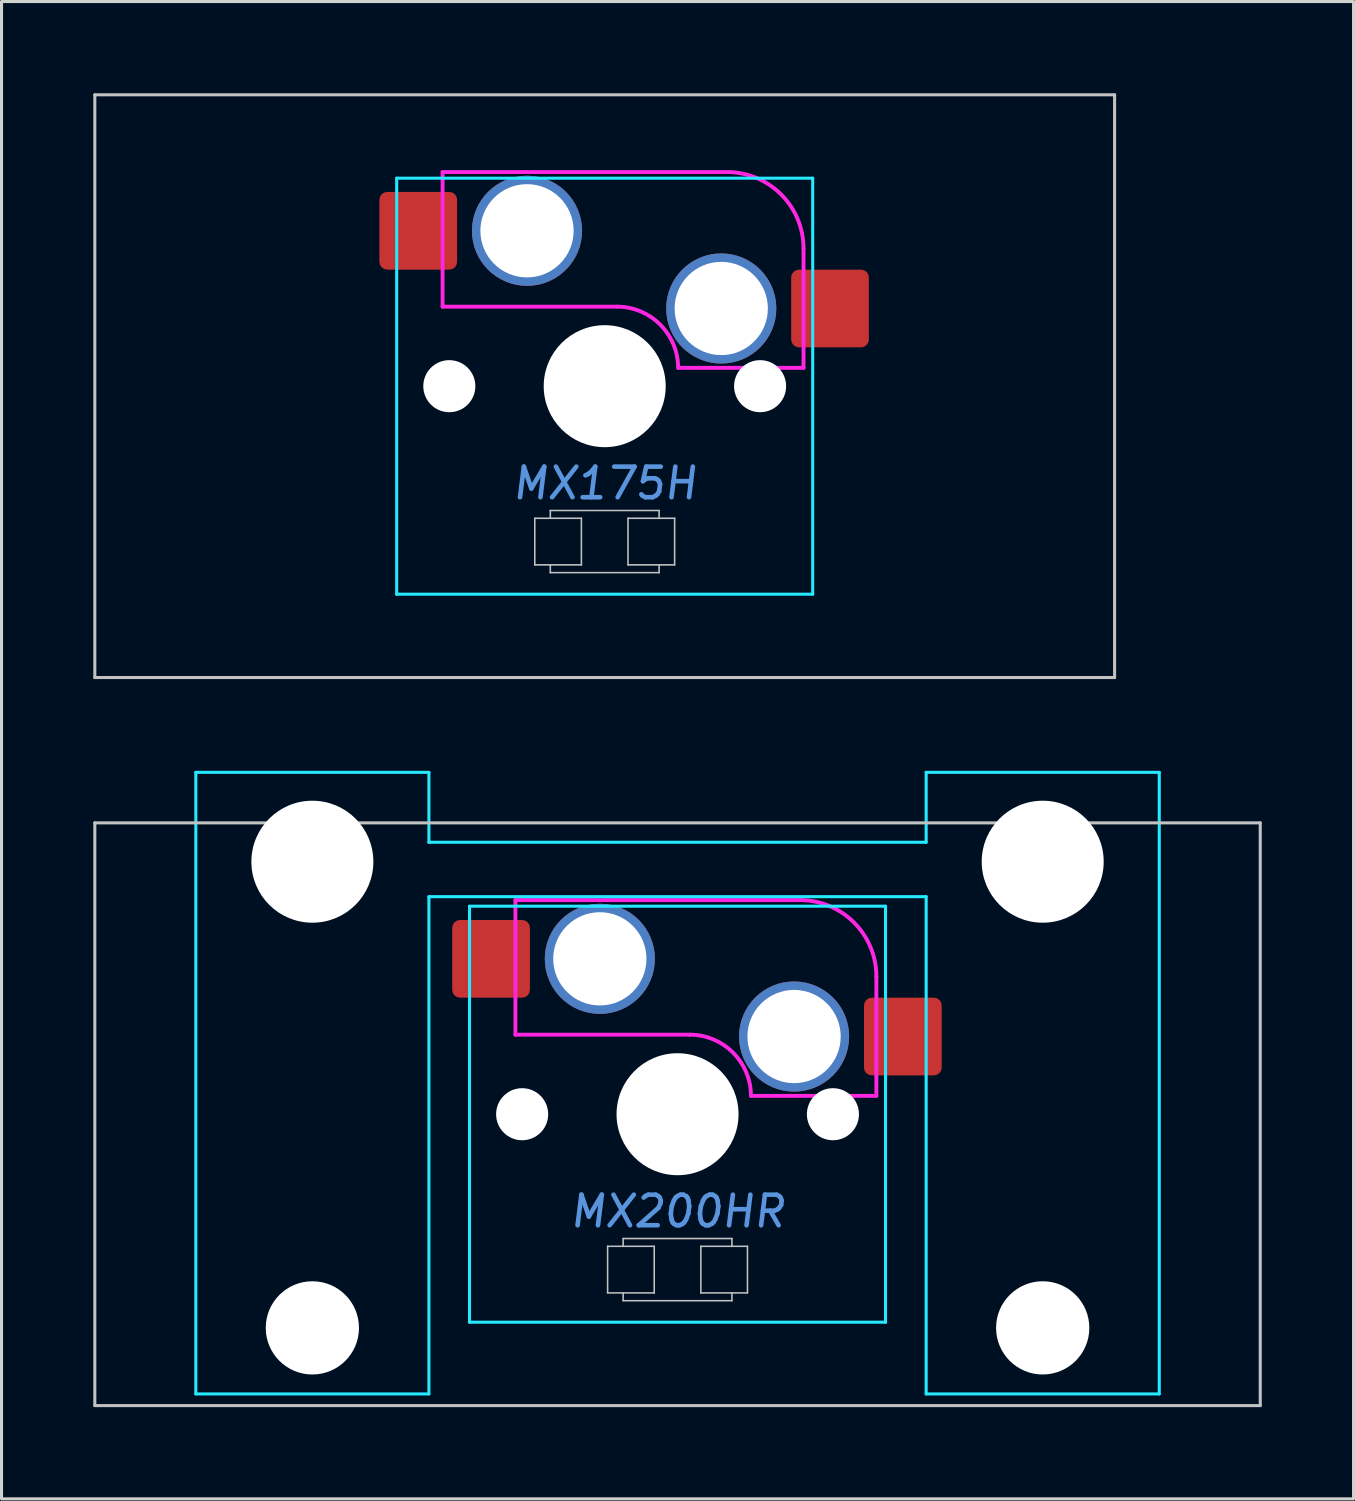
<source format=kicad_pcb>
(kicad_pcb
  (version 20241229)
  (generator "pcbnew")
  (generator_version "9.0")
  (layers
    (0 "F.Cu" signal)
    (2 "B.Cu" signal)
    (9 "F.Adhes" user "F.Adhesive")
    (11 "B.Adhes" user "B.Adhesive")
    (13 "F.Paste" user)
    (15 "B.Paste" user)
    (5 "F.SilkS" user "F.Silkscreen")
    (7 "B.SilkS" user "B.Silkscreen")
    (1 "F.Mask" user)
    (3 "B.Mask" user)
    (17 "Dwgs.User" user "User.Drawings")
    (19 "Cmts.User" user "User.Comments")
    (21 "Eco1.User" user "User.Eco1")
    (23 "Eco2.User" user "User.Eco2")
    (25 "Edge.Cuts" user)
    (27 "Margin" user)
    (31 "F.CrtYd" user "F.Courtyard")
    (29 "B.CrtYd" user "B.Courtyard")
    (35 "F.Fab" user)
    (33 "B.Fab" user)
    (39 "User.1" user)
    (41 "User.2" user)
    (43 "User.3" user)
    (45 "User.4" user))
  (footprint "MX200HR"
    (layer "F.Cu")
    (at 19.1 33.376)
    (property "Reference" "MX200HR" (at 0 3.175 0) (layer "Cmts.User") (effects (font (size 1 1) (thickness 0.15) (italic yes))))
    (attr smd)
    (fp_line (start -19.05 -9.525) (end -19.05 9.525) (stroke (width 0.1) (type solid)) (layer "Dwgs.User"))
    (fp_line (start -19.05 -9.525) (end 19.05 -9.525) (stroke (width 0.1) (type solid)) (layer "Dwgs.User"))
    (fp_line (start -19.05 9.525) (end 19.05 9.525) (stroke (width 0.1) (type solid)) (layer "Dwgs.User"))
    (fp_line (start -2.286 4.318) (end -0.762 4.318) (stroke (width 0.051) (type solid)) (layer "Dwgs.User"))
    (fp_line (start -2.286 5.842) (end -2.286 4.318) (stroke (width 0.051) (type solid)) (layer "Dwgs.User"))
    (fp_line (start -1.778 4.064) (end 1.778 4.064) (stroke (width 0.051) (type solid)) (layer "Dwgs.User"))
    (fp_line (start -1.778 4.318) (end -1.778 4.064) (stroke (width 0.051) (type solid)) (layer "Dwgs.User"))
    (fp_line (start -1.778 6.096) (end -1.778 5.842) (stroke (width 0.051) (type solid)) (layer "Dwgs.User"))
    (fp_line (start -0.762 4.318) (end -0.762 5.842) (stroke (width 0.051) (type solid)) (layer "Dwgs.User"))
    (fp_line (start -0.762 5.842) (end -2.286 5.842) (stroke (width 0.051) (type solid)) (layer "Dwgs.User"))
    (fp_line (start 0.762 4.318) (end 2.286 4.318) (stroke (width 0.051) (type solid)) (layer "Dwgs.User"))
    (fp_line (start 0.762 5.842) (end 0.762 4.318) (stroke (width 0.051) (type solid)) (layer "Dwgs.User"))
    (fp_line (start 1.778 4.064) (end 1.778 4.318) (stroke (width 0.051) (type solid)) (layer "Dwgs.User"))
    (fp_line (start 1.778 5.842) (end 1.778 6.096) (stroke (width 0.051) (type solid)) (layer "Dwgs.User"))
    (fp_line (start 1.778 6.096) (end -1.778 6.096) (stroke (width 0.051) (type solid)) (layer "Dwgs.User"))
    (fp_line (start 2.286 4.318) (end 2.286 5.842) (stroke (width 0.051) (type solid)) (layer "Dwgs.User"))
    (fp_line (start 2.286 5.842) (end 0.762 5.842) (stroke (width 0.051) (type solid)) (layer "Dwgs.User"))
    (fp_line (start 19.05 -9.525) (end 19.05 9.525) (stroke (width 0.1) (type solid)) (layer "Dwgs.User"))
    (fp_line (start -15.438 -8.515) (end -15.438 5.485) (stroke (width 0.1) (type solid)) (layer "Eco1.User"))
    (fp_line (start -14.938 -9.015) (end -8.938 -9.015) (stroke (width 0.1) (type solid)) (layer "Eco1.User"))
    (fp_line (start -8.938 5.985) (end -14.938 5.985) (stroke (width 0.1) (type solid)) (layer "Eco1.User"))
    (fp_line (start -8.438 5.485) (end -8.438 -8.515) (stroke (width 0.1) (type solid)) (layer "Eco1.User"))
    (fp_line (start -7 -6.5) (end -7 6.5) (stroke (width 0.1) (type solid)) (layer "Eco1.User"))
    (fp_line (start -6.5 7) (end 6.5 7) (stroke (width 0.1) (type solid)) (layer "Eco1.User"))
    (fp_line (start 6.5 -7) (end -6.5 -7) (stroke (width 0.1) (type solid)) (layer "Eco1.User"))
    (fp_line (start 7 6.5) (end 7 -6.5) (stroke (width 0.1) (type solid)) (layer "Eco1.User"))
    (fp_line (start 8.438 -8.515) (end 8.438 5.485) (stroke (width 0.1) (type solid)) (layer "Eco1.User"))
    (fp_line (start 8.938 -9.015) (end 14.938 -9.015) (stroke (width 0.1) (type solid)) (layer "Eco1.User"))
    (fp_line (start 14.938 5.985) (end 8.938 5.985) (stroke (width 0.1) (type solid)) (layer "Eco1.User"))
    (fp_line (start 15.438 5.485) (end 15.438 -8.515) (stroke (width 0.1) (type solid)) (layer "Eco1.User"))
    (fp_arc (start -15.438 -8.515) (mid -15.291553 -8.868553) (end -14.938 -9.015) (stroke (width 0.1) (type solid)) (layer "Eco1.User"))
    (fp_arc (start -14.938 5.985) (mid -15.291553 5.838553) (end -15.438 5.485) (stroke (width 0.1) (type solid)) (layer "Eco1.User"))
    (fp_arc (start -8.938 -9.015) (mid -8.584447 -8.868553) (end -8.438 -8.515) (stroke (width 0.1) (type solid)) (layer "Eco1.User"))
    (fp_arc (start -8.438 5.485) (mid -8.584447 5.838553) (end -8.938 5.985) (stroke (width 0.1) (type solid)) (layer "Eco1.User"))
    (fp_arc (start -7 -6.5) (mid -6.853553 -6.853553) (end -6.5 -7) (stroke (width 0.1) (type solid)) (layer "Eco1.User"))
    (fp_arc (start -6.5 7) (mid -6.853553 6.853553) (end -7 6.5) (stroke (width 0.1) (type solid)) (layer "Eco1.User"))
    (fp_arc (start 6.5 -7) (mid 6.853553 -6.853553) (end 7 -6.5) (stroke (width 0.1) (type solid)) (layer "Eco1.User"))
    (fp_arc (start 7 6.5) (mid 6.853553 6.853553) (end 6.5 7) (stroke (width 0.1) (type solid)) (layer "Eco1.User"))
    (fp_arc (start 8.438 -8.515) (mid 8.584447 -8.868553) (end 8.938 -9.015) (stroke (width 0.1) (type solid)) (layer "Eco1.User"))
    (fp_arc (start 8.938 5.985) (mid 8.584447 5.838553) (end 8.438 5.485) (stroke (width 0.1) (type solid)) (layer "Eco1.User"))
    (fp_arc (start 14.938 -9.015) (mid 15.291553 -8.868553) (end 15.438 -8.515) (stroke (width 0.1) (type solid)) (layer "Eco1.User"))
    (fp_arc (start 15.438 5.485) (mid 15.291553 5.838553) (end 14.938 5.985) (stroke (width 0.1) (type solid)) (layer "Eco1.User"))
    (fp_line (start -15.748 -11.176) (end -15.748 9.144) (stroke (width 0.1) (type solid)) (layer "B.CrtYd"))
    (fp_line (start -15.748 9.144) (end -8.128 9.144) (stroke (width 0.1) (type solid)) (layer "B.CrtYd"))
    (fp_line (start -8.128 -11.176) (end -15.748 -11.176) (stroke (width 0.1) (type solid)) (layer "B.CrtYd"))
    (fp_line (start -8.128 -8.89) (end -8.128 -11.176) (stroke (width 0.1) (type solid)) (layer "B.CrtYd"))
    (fp_line (start -8.128 -7.112) (end -8.128 9.142) (stroke (width 0.1) (type solid)) (layer "B.CrtYd"))
    (fp_line (start -6.8 -6.8) (end -6.8 6.8) (stroke (width 0.1) (type solid)) (layer "B.CrtYd"))
    (fp_line (start 6.8 -6.8) (end -6.8 -6.8) (stroke (width 0.1) (type solid)) (layer "B.CrtYd"))
    (fp_line (start 6.8 -6.8) (end 6.8 6.8) (stroke (width 0.1) (type solid)) (layer "B.CrtYd"))
    (fp_line (start 6.8 6.8) (end -6.8 6.8) (stroke (width 0.1) (type solid)) (layer "B.CrtYd"))
    (fp_line (start 8.128 -8.89) (end -8.128 -8.89) (stroke (width 0.1) (type solid)) (layer "B.CrtYd"))
    (fp_line (start 8.128 -8.89) (end 8.128 -11.176) (stroke (width 0.1) (type solid)) (layer "B.CrtYd"))
    (fp_line (start 8.128 -7.112) (end -8.128 -7.112) (stroke (width 0.1) (type solid)) (layer "B.CrtYd"))
    (fp_line (start 8.128 -7.112) (end 8.128 9.144) (stroke (width 0.1) (type solid)) (layer "B.CrtYd"))
    (fp_line (start 8.128 9.144) (end 15.748 9.144) (stroke (width 0.1) (type solid)) (layer "B.CrtYd"))
    (fp_line (start 15.748 -11.176) (end 8.128 -11.176) (stroke (width 0.1) (type solid)) (layer "B.CrtYd"))
    (fp_line (start 15.748 9.144) (end 15.748 -11.176) (stroke (width 0.1) (type solid)) (layer "B.CrtYd"))
    (fp_line (start -5.3 -7) (end -5.3 -2.6) (stroke (width 0.127) (type solid)) (layer "F.CrtYd"))
    (fp_line (start -5.3 -7) (end 4 -7) (stroke (width 0.127) (type solid)) (layer "F.CrtYd"))
    (fp_line (start 0.4 -2.6) (end -5.3 -2.6) (stroke (width 0.127) (type solid)) (layer "F.CrtYd"))
    (fp_line (start 6.5 -4.5) (end 6.5 -0.6) (stroke (width 0.127) (type solid)) (layer "F.CrtYd"))
    (fp_line (start 6.5 -0.6) (end 2.4 -0.6) (stroke (width 0.127) (type solid)) (layer "F.CrtYd"))
    (fp_arc (start 0.4 -2.6) (mid 1.814214 -2.014214) (end 2.4 -0.6) (stroke (width 0.127) (type solid)) (layer "F.CrtYd"))
    (fp_arc (start 4 -7) (mid 5.767767 -6.267767) (end 6.5 -4.5) (stroke (width 0.127) (type solid)) (layer "F.CrtYd"))
    (pad "" np_thru_hole circle (at -11.938 -8.255 180) (size 3.988 3.988) (drill 3.988) (layers "*.Cu" "*.Mask"))
    (pad "" np_thru_hole circle (at -11.938 6.985 180) (size 3.048 3.048) (drill 3.048) (layers "*.Cu" "*.Mask"))
    (pad "" np_thru_hole circle (at -5.08 0) (size 1.702 1.702) (drill 1.702) (layers "*.Cu" "*.Mask"))
    (pad "" thru_hole circle (at -2.54 -5.08) (size 3.6 3.6) (drill 3.048) (layers "*.Cu" "*.Mask"))
    (pad "" np_thru_hole circle (at 0 0) (size 3.988 3.988) (drill 3.988) (layers "*.Cu" "*.Mask"))
    (pad "" thru_hole circle (at 3.81 -2.54) (size 3.6 3.6) (drill 3.048) (layers "*.Cu" "*.Mask"))
    (pad "" np_thru_hole circle (at 5.08 0) (size 1.702 1.702) (drill 1.702) (layers "*.Cu" "*.Mask"))
    (pad "" np_thru_hole circle (at 11.938 -8.255 180) (size 3.988 3.988) (drill 3.988) (layers "*.Cu" "*.Mask"))
    (pad "" np_thru_hole circle (at 11.938 6.985 180) (size 3.048 3.048) (drill 3.048) (layers "*.Cu" "*.Mask"))
    (pad "1" smd roundrect (at -6.096 -5.08) (size 2.54 2.54) (layers "F.Cu" "F.Mask") (roundrect_rratio 0.1))
    (pad "2" smd roundrect (at 7.366 -2.54) (size 2.54 2.54) (layers "F.Cu" "F.Mask") (roundrect_rratio 0.1)))
  (footprint "MX175H"
    (layer "F.Cu")
    (at 16.719 9.575)
    (property "Reference" "MX175H" (at 0 3.175 0) (layer "Cmts.User") (effects (font (size 1 1) (thickness 0.15) (italic yes))))
    (attr smd)
    (fp_line (start -16.669 -9.525) (end -16.669 9.525) (stroke (width 0.1) (type solid)) (layer "Dwgs.User"))
    (fp_line (start -16.669 -9.525) (end 16.669 -9.525) (stroke (width 0.1) (type solid)) (layer "Dwgs.User"))
    (fp_line (start -16.669 9.525) (end 16.669 9.525) (stroke (width 0.1) (type solid)) (layer "Dwgs.User"))
    (fp_line (start -2.286 4.318) (end -2.286 5.842) (stroke (width 0.051) (type solid)) (layer "Dwgs.User"))
    (fp_line (start -2.286 5.842) (end -0.762 5.842) (stroke (width 0.051) (type solid)) (layer "Dwgs.User"))
    (fp_line (start -1.778 4.064) (end -1.778 4.318) (stroke (width 0.051) (type solid)) (layer "Dwgs.User"))
    (fp_line (start -1.778 6.096) (end -1.778 5.842) (stroke (width 0.051) (type solid)) (layer "Dwgs.User"))
    (fp_line (start -1.778 6.096) (end 1.778 6.096) (stroke (width 0.051) (type solid)) (layer "Dwgs.User"))
    (fp_line (start -0.762 4.318) (end -2.286 4.318) (stroke (width 0.051) (type solid)) (layer "Dwgs.User"))
    (fp_line (start -0.762 5.842) (end -0.762 4.318) (stroke (width 0.051) (type solid)) (layer "Dwgs.User"))
    (fp_line (start 0.762 4.318) (end 2.286 4.318) (stroke (width 0.051) (type solid)) (layer "Dwgs.User"))
    (fp_line (start 0.762 5.842) (end 0.762 4.318) (stroke (width 0.051) (type solid)) (layer "Dwgs.User"))
    (fp_line (start 1.778 4.064) (end -1.778 4.064) (stroke (width 0.051) (type solid)) (layer "Dwgs.User"))
    (fp_line (start 1.778 4.318) (end 1.778 4.064) (stroke (width 0.051) (type solid)) (layer "Dwgs.User"))
    (fp_line (start 1.778 6.096) (end 1.778 5.842) (stroke (width 0.051) (type solid)) (layer "Dwgs.User"))
    (fp_line (start 2.286 4.318) (end 2.286 5.842) (stroke (width 0.051) (type solid)) (layer "Dwgs.User"))
    (fp_line (start 2.286 5.842) (end 0.762 5.842) (stroke (width 0.051) (type solid)) (layer "Dwgs.User"))
    (fp_line (start 16.669 9.525) (end 16.669 -9.525) (stroke (width 0.1) (type solid)) (layer "Dwgs.User"))
    (fp_line (start -7 6.5) (end -7 -6.5) (stroke (width 0.1) (type solid)) (layer "Eco1.User"))
    (fp_line (start -6.5 -7) (end 6.5 -7) (stroke (width 0.1) (type solid)) (layer "Eco1.User"))
    (fp_line (start 6.5 7) (end -6.5 7) (stroke (width 0.1) (type solid)) (layer "Eco1.User"))
    (fp_line (start 7 -6.5) (end 7 6.5) (stroke (width 0.1) (type solid)) (layer "Eco1.User"))
    (fp_arc (start -7 -6.5) (mid -6.853553 -6.853553) (end -6.5 -7) (stroke (width 0.1) (type solid)) (layer "Eco1.User"))
    (fp_arc (start -6.5 7) (mid -6.853553 6.853553) (end -7 6.5) (stroke (width 0.1) (type solid)) (layer "Eco1.User"))
    (fp_arc (start 6.5 -7) (mid 6.853553 -6.853553) (end 7 -6.5) (stroke (width 0.1) (type solid)) (layer "Eco1.User"))
    (fp_arc (start 7 6.5) (mid 6.853553 6.853553) (end 6.5 7) (stroke (width 0.1) (type solid)) (layer "Eco1.User"))
    (fp_line (start -6.8 -6.8) (end -6.8 6.8) (stroke (width 0.1) (type solid)) (layer "B.CrtYd"))
    (fp_line (start -6.8 -6.8) (end 6.8 -6.8) (stroke (width 0.1) (type solid)) (layer "B.CrtYd"))
    (fp_line (start 6.8 6.8) (end -6.8 6.8) (stroke (width 0.1) (type solid)) (layer "B.CrtYd"))
    (fp_line (start 6.8 6.8) (end 6.8 -6.8) (stroke (width 0.1) (type solid)) (layer "B.CrtYd"))
    (fp_line (start -5.3 -7) (end -5.3 -2.6) (stroke (width 0.127) (type solid)) (layer "F.CrtYd"))
    (fp_line (start -5.3 -7) (end 4 -7) (stroke (width 0.127) (type solid)) (layer "F.CrtYd"))
    (fp_line (start 0.4 -2.6) (end -5.3 -2.6) (stroke (width 0.127) (type solid)) (layer "F.CrtYd"))
    (fp_line (start 6.5 -4.5) (end 6.5 -0.6) (stroke (width 0.127) (type solid)) (layer "F.CrtYd"))
    (fp_line (start 6.5 -0.6) (end 2.4 -0.6) (stroke (width 0.127) (type solid)) (layer "F.CrtYd"))
    (fp_arc (start 0.4 -2.6) (mid 1.814214 -2.014214) (end 2.4 -0.6) (stroke (width 0.127) (type solid)) (layer "F.CrtYd"))
    (fp_arc (start 4 -7) (mid 5.767767 -6.267767) (end 6.5 -4.5) (stroke (width 0.127) (type solid)) (layer "F.CrtYd"))
    (pad "" np_thru_hole circle (at -5.08 0) (size 1.702 1.702) (drill 1.702) (layers "*.Cu" "*.Mask"))
    (pad "" thru_hole circle (at -2.54 -5.08) (size 3.6 3.6) (drill 3.048) (layers "*.Cu" "*.Mask"))
    (pad "" np_thru_hole circle (at 0 0) (size 3.988 3.988) (drill 3.988) (layers "*.Cu" "*.Mask"))
    (pad "" thru_hole circle (at 3.81 -2.54) (size 3.6 3.6) (drill 3.048) (layers "*.Cu" "*.Mask"))
    (pad "" np_thru_hole circle (at 5.08 0) (size 1.702 1.702) (drill 1.702) (layers "*.Cu" "*.Mask"))
    (pad "1" smd roundrect (at -6.096 -5.08) (size 2.54 2.54) (layers "F.Cu" "F.Mask") (roundrect_rratio 0.1))
    (pad "2" smd roundrect (at 7.366 -2.54) (size 2.54 2.54) (layers "F.Cu" "F.Mask") (roundrect_rratio 0.1)))
  (gr_rect
    (start -3 -3)
    (end 41.2 45.951)
    (stroke (width 0.1) (type default))
    (fill no)
    (layer "Edge.Cuts")))
</source>
